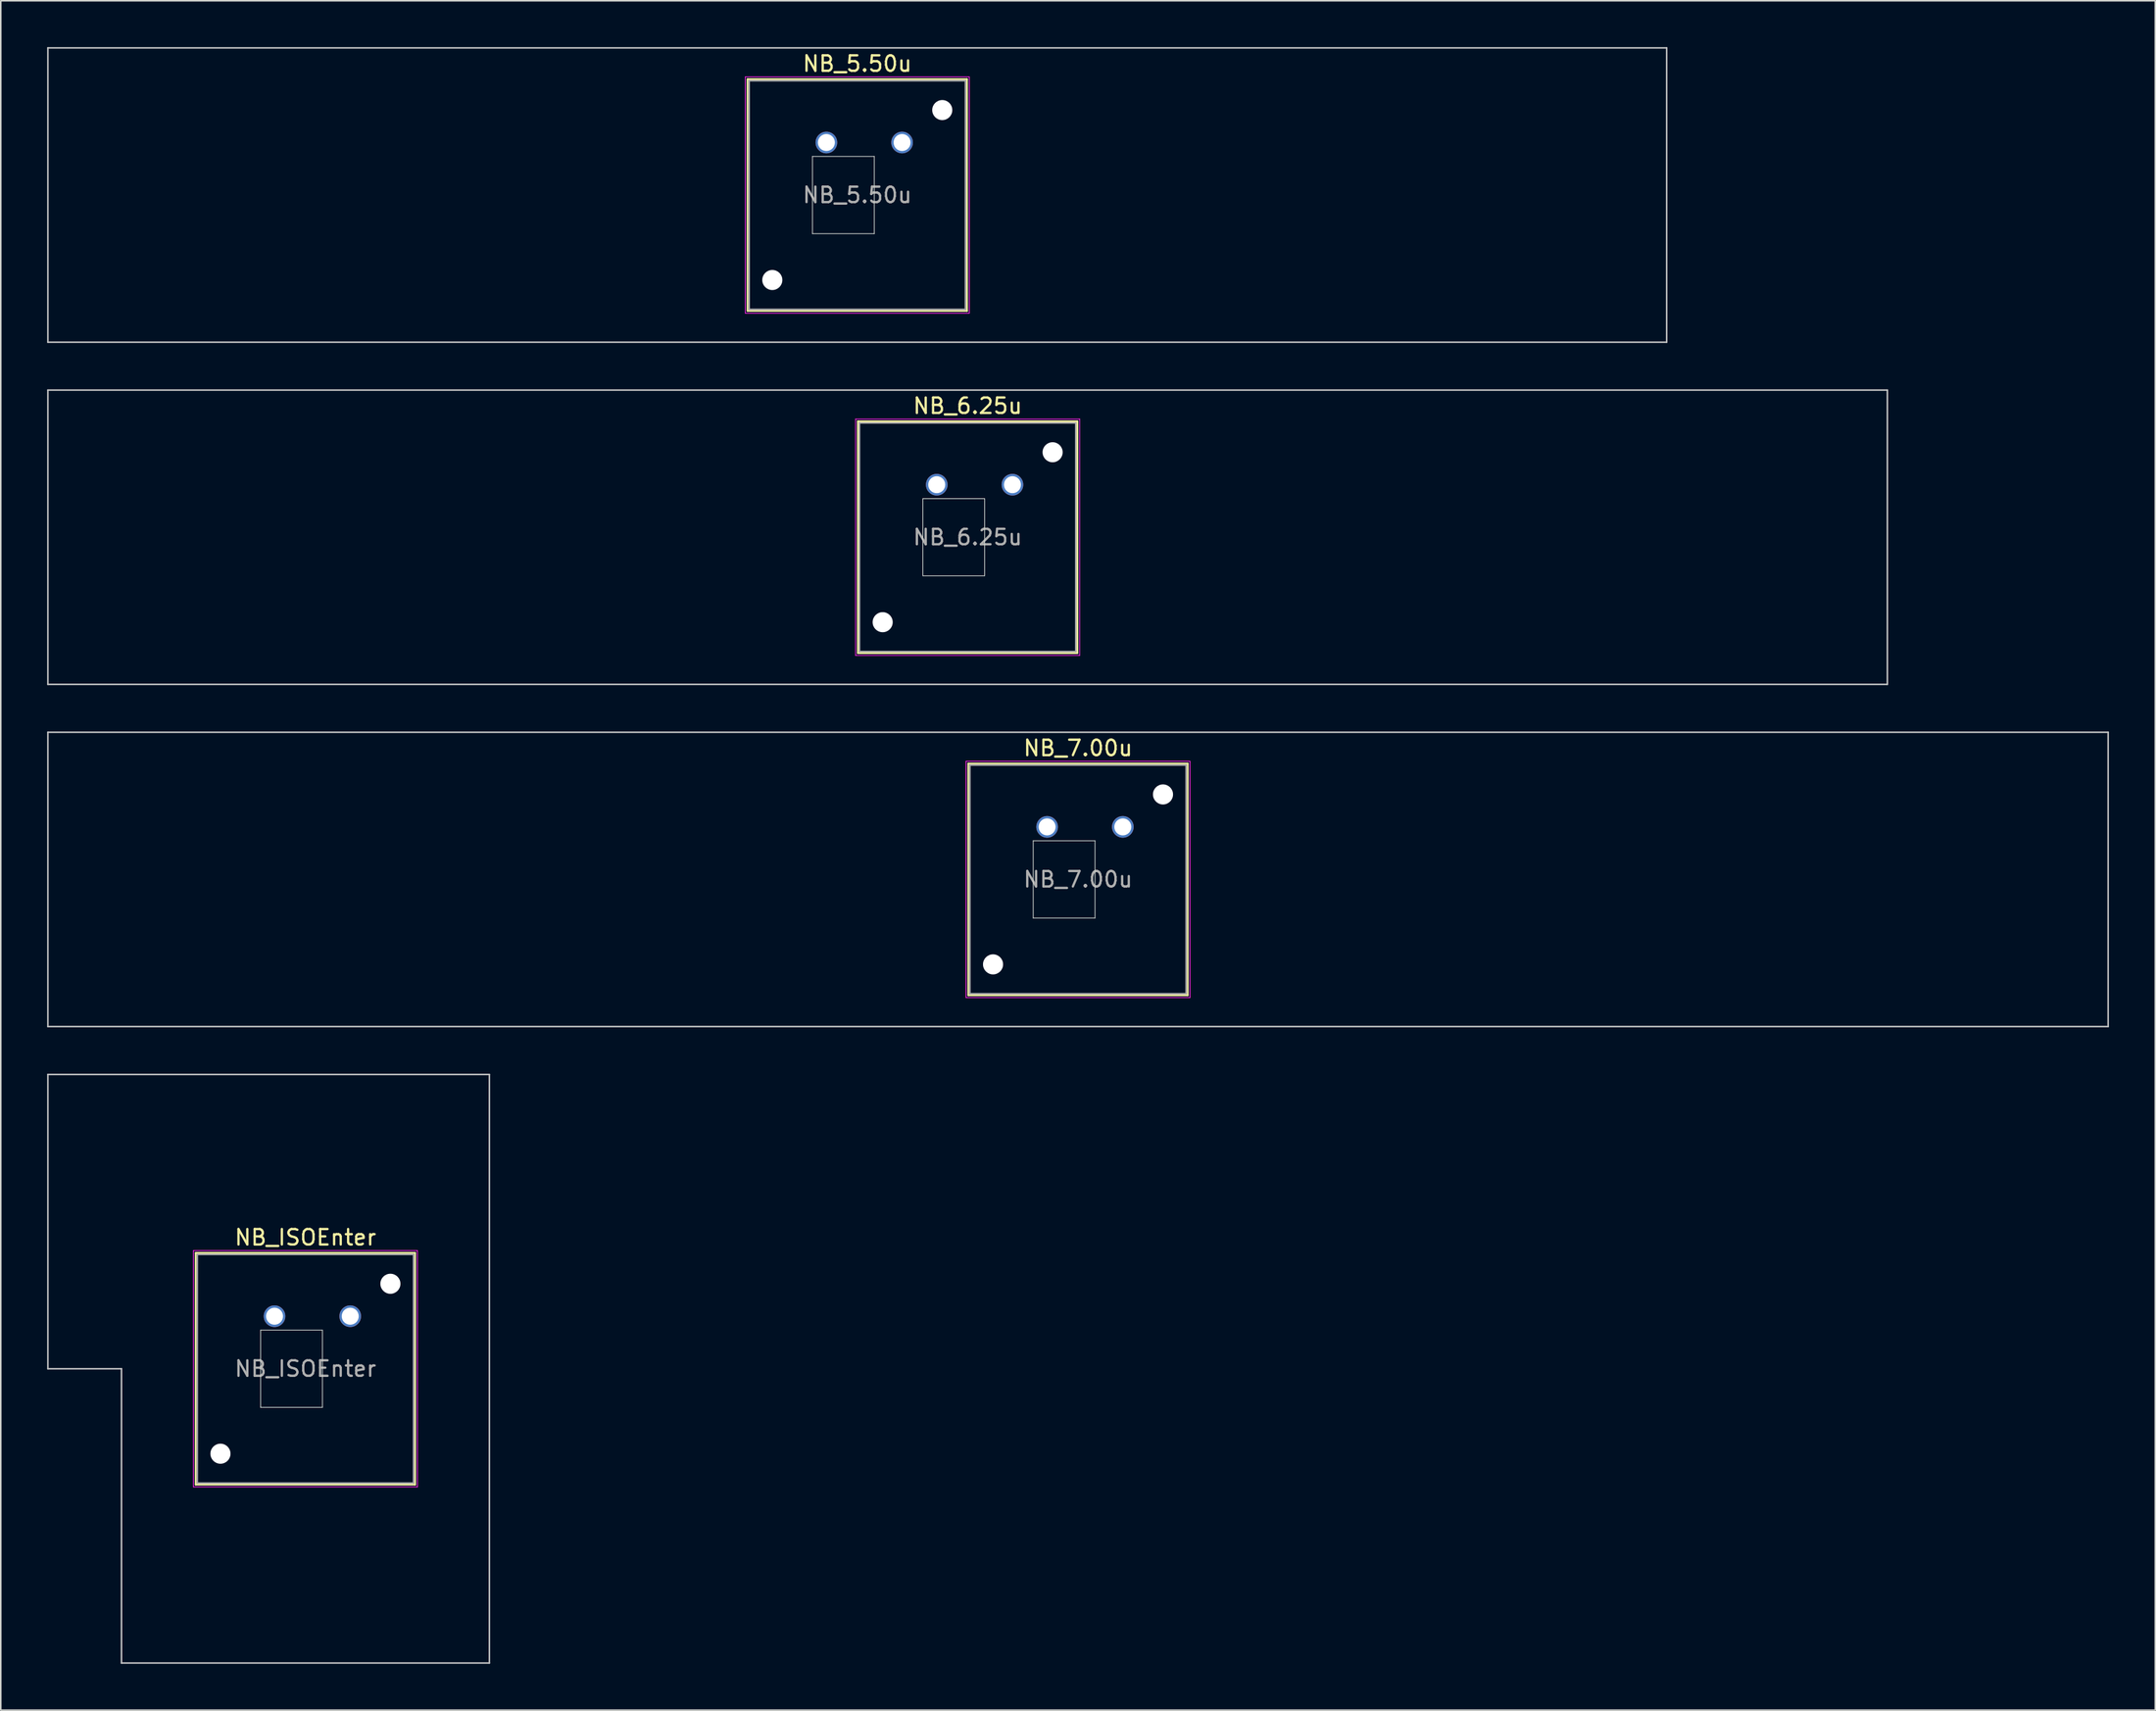
<source format=kicad_pcb>
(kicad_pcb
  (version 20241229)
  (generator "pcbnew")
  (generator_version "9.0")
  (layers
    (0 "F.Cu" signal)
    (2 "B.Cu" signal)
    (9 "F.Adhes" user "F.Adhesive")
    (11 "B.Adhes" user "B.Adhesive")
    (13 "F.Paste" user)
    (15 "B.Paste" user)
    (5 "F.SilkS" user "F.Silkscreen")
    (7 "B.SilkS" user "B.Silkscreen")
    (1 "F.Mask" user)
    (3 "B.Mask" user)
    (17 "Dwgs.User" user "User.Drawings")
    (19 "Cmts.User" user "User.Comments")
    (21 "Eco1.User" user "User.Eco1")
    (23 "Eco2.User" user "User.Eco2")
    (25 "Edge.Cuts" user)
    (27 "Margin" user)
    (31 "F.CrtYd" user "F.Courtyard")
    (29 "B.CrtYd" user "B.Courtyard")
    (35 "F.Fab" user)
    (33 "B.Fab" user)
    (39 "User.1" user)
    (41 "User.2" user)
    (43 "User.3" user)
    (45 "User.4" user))
  (footprint "NB_ISOEnter"
    (layer "F.Cu")
    (at 16.719 85.55)
    (property "Reference" "NB_ISOEnter" (at 0 -8.5 0) (layer "F.SilkS") (effects (font (size 1 1) (thickness 0.15))))
    (attr through_hole)
    (fp_line (start -7.1 -7.5) (end -7.1 7.5) (stroke (width 0.12) (type solid)) (layer "F.SilkS"))
    (fp_line (start -7.1 7.5) (end 7.1 7.5) (stroke (width 0.12) (type solid)) (layer "F.SilkS"))
    (fp_line (start 7.1 -7.5) (end -7.1 -7.5) (stroke (width 0.12) (type solid)) (layer "F.SilkS"))
    (fp_line (start 7.1 7.5) (end 7.1 -7.5) (stroke (width 0.12) (type solid)) (layer "F.SilkS"))
    (fp_line (start -16.669 -19.05) (end -16.669 0) (stroke (width 0.1) (type solid)) (layer "Dwgs.User"))
    (fp_line (start -16.669 0) (end -11.906 0) (stroke (width 0.1) (type solid)) (layer "Dwgs.User"))
    (fp_line (start -11.906 0) (end -11.906 19.05) (stroke (width 0.1) (type solid)) (layer "Dwgs.User"))
    (fp_line (start -11.906 19.05) (end 11.906 19.05) (stroke (width 0.1) (type solid)) (layer "Dwgs.User"))
    (fp_line (start 11.906 -19.05) (end -16.669 -19.05) (stroke (width 0.1) (type solid)) (layer "Dwgs.User"))
    (fp_line (start 11.906 19.05) (end 11.906 -19.05) (stroke (width 0.1) (type solid)) (layer "Dwgs.User"))
    (fp_line (start -8 -8) (end -8 8) (stroke (width 0.1) (type solid)) (layer "Eco1.User"))
    (fp_line (start -8 8) (end 8 8) (stroke (width 0.1) (type solid)) (layer "Eco1.User"))
    (fp_line (start 8 -8) (end -8 -8) (stroke (width 0.1) (type solid)) (layer "Eco1.User"))
    (fp_line (start 8 8) (end 8 -8) (stroke (width 0.1) (type solid)) (layer "Eco1.User"))
    (fp_line (start -2.9 -2.5) (end 1.1 -2.5) (stroke (width 0.05) (type solid)) (layer "Edge.Cuts"))
    (fp_line (start -2.9 2.5) (end -2.9 -2.5) (stroke (width 0.05) (type solid)) (layer "Edge.Cuts"))
    (fp_line (start 1.1 -2.5) (end 1.1 2.5) (stroke (width 0.05) (type solid)) (layer "Edge.Cuts"))
    (fp_line (start 1.1 2.5) (end -2.9 2.5) (stroke (width 0.05) (type solid)) (layer "Edge.Cuts"))
    (fp_line (start -7.25 -7.65) (end -7.25 7.65) (stroke (width 0.05) (type solid)) (layer "F.CrtYd"))
    (fp_line (start -7.25 7.65) (end 7.25 7.65) (stroke (width 0.05) (type solid)) (layer "F.CrtYd"))
    (fp_line (start 7.25 -7.65) (end -7.25 -7.65) (stroke (width 0.05) (type solid)) (layer "F.CrtYd"))
    (fp_line (start 7.25 7.65) (end 7.25 -7.65) (stroke (width 0.05) (type solid)) (layer "F.CrtYd"))
    (fp_line (start -7 -7.4) (end -7 7.4) (stroke (width 0.1) (type solid)) (layer "F.Fab"))
    (fp_line (start -7 7.4) (end 7 7.4) (stroke (width 0.1) (type solid)) (layer "F.Fab"))
    (fp_line (start 7 -7.4) (end -7 -7.4) (stroke (width 0.1) (type solid)) (layer "F.Fab"))
    (fp_line (start 7 7.4) (end 7 -7.4) (stroke (width 0.1) (type solid)) (layer "F.Fab"))
    (fp_text user "${REFERENCE}" (at 0 0 0) (layer "F.Fab") (effects (font (size 1 1) (thickness 0.15))))
    (pad "" np_thru_hole circle (at -5.5 5.5) (size 1.3 1.3) (drill 1.3) (layers "*.Cu" "*.Mask"))
    (pad "" np_thru_hole circle (at 5.5 -5.5) (size 1.3 1.3) (drill 1.3) (layers "*.Cu" "*.Mask"))
    (pad "1" thru_hole circle (at -2 -3.4) (size 1.4 1.4) (drill 1.1) (layers "*.Cu" "*.Mask"))
    (pad "2" thru_hole circle (at 2.9 -3.4) (size 1.4 1.4) (drill 1.1) (layers "*.Cu" "*.Mask")))
  (footprint "NB_7.00u"
    (layer "F.Cu")
    (at 66.725 53.875)
    (property "Reference" "NB_7.00u" (at 0 -8.5 0) (layer "F.SilkS") (effects (font (size 1 1) (thickness 0.15))))
    (attr through_hole)
    (fp_line (start -7.1 -7.5) (end -7.1 7.5) (stroke (width 0.12) (type solid)) (layer "F.SilkS"))
    (fp_line (start -7.1 7.5) (end 7.1 7.5) (stroke (width 0.12) (type solid)) (layer "F.SilkS"))
    (fp_line (start 7.1 -7.5) (end -7.1 -7.5) (stroke (width 0.12) (type solid)) (layer "F.SilkS"))
    (fp_line (start 7.1 7.5) (end 7.1 -7.5) (stroke (width 0.12) (type solid)) (layer "F.SilkS"))
    (fp_line (start -66.675 -9.525) (end -66.675 9.525) (stroke (width 0.1) (type solid)) (layer "Dwgs.User"))
    (fp_line (start -66.675 9.525) (end 66.675 9.525) (stroke (width 0.1) (type solid)) (layer "Dwgs.User"))
    (fp_line (start 66.675 -9.525) (end -66.675 -9.525) (stroke (width 0.1) (type solid)) (layer "Dwgs.User"))
    (fp_line (start 66.675 9.525) (end 66.675 -9.525) (stroke (width 0.1) (type solid)) (layer "Dwgs.User"))
    (fp_line (start -8 -8) (end -8 8) (stroke (width 0.1) (type solid)) (layer "Eco1.User"))
    (fp_line (start -8 8) (end 8 8) (stroke (width 0.1) (type solid)) (layer "Eco1.User"))
    (fp_line (start 8 -8) (end -8 -8) (stroke (width 0.1) (type solid)) (layer "Eco1.User"))
    (fp_line (start 8 8) (end 8 -8) (stroke (width 0.1) (type solid)) (layer "Eco1.User"))
    (fp_line (start -2.9 -2.5) (end 1.1 -2.5) (stroke (width 0.05) (type solid)) (layer "Edge.Cuts"))
    (fp_line (start -2.9 2.5) (end -2.9 -2.5) (stroke (width 0.05) (type solid)) (layer "Edge.Cuts"))
    (fp_line (start 1.1 -2.5) (end 1.1 2.5) (stroke (width 0.05) (type solid)) (layer "Edge.Cuts"))
    (fp_line (start 1.1 2.5) (end -2.9 2.5) (stroke (width 0.05) (type solid)) (layer "Edge.Cuts"))
    (fp_line (start -7.25 -7.65) (end -7.25 7.65) (stroke (width 0.05) (type solid)) (layer "F.CrtYd"))
    (fp_line (start -7.25 7.65) (end 7.25 7.65) (stroke (width 0.05) (type solid)) (layer "F.CrtYd"))
    (fp_line (start 7.25 -7.65) (end -7.25 -7.65) (stroke (width 0.05) (type solid)) (layer "F.CrtYd"))
    (fp_line (start 7.25 7.65) (end 7.25 -7.65) (stroke (width 0.05) (type solid)) (layer "F.CrtYd"))
    (fp_line (start -7 -7.4) (end -7 7.4) (stroke (width 0.1) (type solid)) (layer "F.Fab"))
    (fp_line (start -7 7.4) (end 7 7.4) (stroke (width 0.1) (type solid)) (layer "F.Fab"))
    (fp_line (start 7 -7.4) (end -7 -7.4) (stroke (width 0.1) (type solid)) (layer "F.Fab"))
    (fp_line (start 7 7.4) (end 7 -7.4) (stroke (width 0.1) (type solid)) (layer "F.Fab"))
    (fp_text user "${REFERENCE}" (at 0 0 0) (layer "F.Fab") (effects (font (size 1 1) (thickness 0.15))))
    (pad "" np_thru_hole circle (at -5.5 5.5) (size 1.3 1.3) (drill 1.3) (layers "*.Cu" "*.Mask"))
    (pad "" np_thru_hole circle (at 5.5 -5.5) (size 1.3 1.3) (drill 1.3) (layers "*.Cu" "*.Mask"))
    (pad "1" thru_hole circle (at -2 -3.4) (size 1.4 1.4) (drill 1.1) (layers "*.Cu" "*.Mask"))
    (pad "2" thru_hole circle (at 2.9 -3.4) (size 1.4 1.4) (drill 1.1) (layers "*.Cu" "*.Mask")))
  (footprint "NB_5.50u"
    (layer "F.Cu")
    (at 52.438 9.575)
    (property "Reference" "NB_5.50u" (at 0 -8.5 0) (layer "F.SilkS") (effects (font (size 1 1) (thickness 0.15))))
    (attr through_hole)
    (fp_line (start -7.1 -7.5) (end -7.1 7.5) (stroke (width 0.12) (type solid)) (layer "F.SilkS"))
    (fp_line (start -7.1 7.5) (end 7.1 7.5) (stroke (width 0.12) (type solid)) (layer "F.SilkS"))
    (fp_line (start 7.1 -7.5) (end -7.1 -7.5) (stroke (width 0.12) (type solid)) (layer "F.SilkS"))
    (fp_line (start 7.1 7.5) (end 7.1 -7.5) (stroke (width 0.12) (type solid)) (layer "F.SilkS"))
    (fp_line (start -52.388 -9.525) (end -52.388 9.525) (stroke (width 0.1) (type solid)) (layer "Dwgs.User"))
    (fp_line (start -52.388 9.525) (end 52.388 9.525) (stroke (width 0.1) (type solid)) (layer "Dwgs.User"))
    (fp_line (start 52.388 -9.525) (end -52.388 -9.525) (stroke (width 0.1) (type solid)) (layer "Dwgs.User"))
    (fp_line (start 52.388 9.525) (end 52.388 -9.525) (stroke (width 0.1) (type solid)) (layer "Dwgs.User"))
    (fp_line (start -8 -8) (end -8 8) (stroke (width 0.1) (type solid)) (layer "Eco1.User"))
    (fp_line (start -8 8) (end 8 8) (stroke (width 0.1) (type solid)) (layer "Eco1.User"))
    (fp_line (start 8 -8) (end -8 -8) (stroke (width 0.1) (type solid)) (layer "Eco1.User"))
    (fp_line (start 8 8) (end 8 -8) (stroke (width 0.1) (type solid)) (layer "Eco1.User"))
    (fp_line (start -2.9 -2.5) (end 1.1 -2.5) (stroke (width 0.05) (type solid)) (layer "Edge.Cuts"))
    (fp_line (start -2.9 2.5) (end -2.9 -2.5) (stroke (width 0.05) (type solid)) (layer "Edge.Cuts"))
    (fp_line (start 1.1 -2.5) (end 1.1 2.5) (stroke (width 0.05) (type solid)) (layer "Edge.Cuts"))
    (fp_line (start 1.1 2.5) (end -2.9 2.5) (stroke (width 0.05) (type solid)) (layer "Edge.Cuts"))
    (fp_line (start -7.25 -7.65) (end -7.25 7.65) (stroke (width 0.05) (type solid)) (layer "F.CrtYd"))
    (fp_line (start -7.25 7.65) (end 7.25 7.65) (stroke (width 0.05) (type solid)) (layer "F.CrtYd"))
    (fp_line (start 7.25 -7.65) (end -7.25 -7.65) (stroke (width 0.05) (type solid)) (layer "F.CrtYd"))
    (fp_line (start 7.25 7.65) (end 7.25 -7.65) (stroke (width 0.05) (type solid)) (layer "F.CrtYd"))
    (fp_line (start -7 -7.4) (end -7 7.4) (stroke (width 0.1) (type solid)) (layer "F.Fab"))
    (fp_line (start -7 7.4) (end 7 7.4) (stroke (width 0.1) (type solid)) (layer "F.Fab"))
    (fp_line (start 7 -7.4) (end -7 -7.4) (stroke (width 0.1) (type solid)) (layer "F.Fab"))
    (fp_line (start 7 7.4) (end 7 -7.4) (stroke (width 0.1) (type solid)) (layer "F.Fab"))
    (fp_text user "${REFERENCE}" (at 0 0 0) (layer "F.Fab") (effects (font (size 1 1) (thickness 0.15))))
    (pad "" np_thru_hole circle (at -5.5 5.5) (size 1.3 1.3) (drill 1.3) (layers "*.Cu" "*.Mask"))
    (pad "" np_thru_hole circle (at 5.5 -5.5) (size 1.3 1.3) (drill 1.3) (layers "*.Cu" "*.Mask"))
    (pad "1" thru_hole circle (at -2 -3.4) (size 1.4 1.4) (drill 1.1) (layers "*.Cu" "*.Mask"))
    (pad "2" thru_hole circle (at 2.9 -3.4) (size 1.4 1.4) (drill 1.1) (layers "*.Cu" "*.Mask")))
  (footprint "NB_6.25u"
    (layer "F.Cu")
    (at 59.581 31.725)
    (property "Reference" "NB_6.25u" (at 0 -8.5 0) (layer "F.SilkS") (effects (font (size 1 1) (thickness 0.15))))
    (attr through_hole)
    (fp_line (start -7.1 -7.5) (end -7.1 7.5) (stroke (width 0.12) (type solid)) (layer "F.SilkS"))
    (fp_line (start -7.1 7.5) (end 7.1 7.5) (stroke (width 0.12) (type solid)) (layer "F.SilkS"))
    (fp_line (start 7.1 -7.5) (end -7.1 -7.5) (stroke (width 0.12) (type solid)) (layer "F.SilkS"))
    (fp_line (start 7.1 7.5) (end 7.1 -7.5) (stroke (width 0.12) (type solid)) (layer "F.SilkS"))
    (fp_line (start -59.531 -9.525) (end -59.531 9.525) (stroke (width 0.1) (type solid)) (layer "Dwgs.User"))
    (fp_line (start -59.531 9.525) (end 59.531 9.525) (stroke (width 0.1) (type solid)) (layer "Dwgs.User"))
    (fp_line (start 59.531 -9.525) (end -59.531 -9.525) (stroke (width 0.1) (type solid)) (layer "Dwgs.User"))
    (fp_line (start 59.531 9.525) (end 59.531 -9.525) (stroke (width 0.1) (type solid)) (layer "Dwgs.User"))
    (fp_line (start -8 -8) (end -8 8) (stroke (width 0.1) (type solid)) (layer "Eco1.User"))
    (fp_line (start -8 8) (end 8 8) (stroke (width 0.1) (type solid)) (layer "Eco1.User"))
    (fp_line (start 8 -8) (end -8 -8) (stroke (width 0.1) (type solid)) (layer "Eco1.User"))
    (fp_line (start 8 8) (end 8 -8) (stroke (width 0.1) (type solid)) (layer "Eco1.User"))
    (fp_line (start -2.9 -2.5) (end 1.1 -2.5) (stroke (width 0.05) (type solid)) (layer "Edge.Cuts"))
    (fp_line (start -2.9 2.5) (end -2.9 -2.5) (stroke (width 0.05) (type solid)) (layer "Edge.Cuts"))
    (fp_line (start 1.1 -2.5) (end 1.1 2.5) (stroke (width 0.05) (type solid)) (layer "Edge.Cuts"))
    (fp_line (start 1.1 2.5) (end -2.9 2.5) (stroke (width 0.05) (type solid)) (layer "Edge.Cuts"))
    (fp_line (start -7.25 -7.65) (end -7.25 7.65) (stroke (width 0.05) (type solid)) (layer "F.CrtYd"))
    (fp_line (start -7.25 7.65) (end 7.25 7.65) (stroke (width 0.05) (type solid)) (layer "F.CrtYd"))
    (fp_line (start 7.25 -7.65) (end -7.25 -7.65) (stroke (width 0.05) (type solid)) (layer "F.CrtYd"))
    (fp_line (start 7.25 7.65) (end 7.25 -7.65) (stroke (width 0.05) (type solid)) (layer "F.CrtYd"))
    (fp_line (start -7 -7.4) (end -7 7.4) (stroke (width 0.1) (type solid)) (layer "F.Fab"))
    (fp_line (start -7 7.4) (end 7 7.4) (stroke (width 0.1) (type solid)) (layer "F.Fab"))
    (fp_line (start 7 -7.4) (end -7 -7.4) (stroke (width 0.1) (type solid)) (layer "F.Fab"))
    (fp_line (start 7 7.4) (end 7 -7.4) (stroke (width 0.1) (type solid)) (layer "F.Fab"))
    (fp_text user "${REFERENCE}" (at 0 0 0) (layer "F.Fab") (effects (font (size 1 1) (thickness 0.15))))
    (pad "" np_thru_hole circle (at -5.5 5.5) (size 1.3 1.3) (drill 1.3) (layers "*.Cu" "*.Mask"))
    (pad "" np_thru_hole circle (at 5.5 -5.5) (size 1.3 1.3) (drill 1.3) (layers "*.Cu" "*.Mask"))
    (pad "1" thru_hole circle (at -2 -3.4) (size 1.4 1.4) (drill 1.1) (layers "*.Cu" "*.Mask"))
    (pad "2" thru_hole circle (at 2.9 -3.4) (size 1.4 1.4) (drill 1.1) (layers "*.Cu" "*.Mask")))
  (gr_rect
    (start -3 -3)
    (end 136.45 107.65)
    (stroke (width 0.1) (type default))
    (fill no)
    (layer "Edge.Cuts")))
</source>
